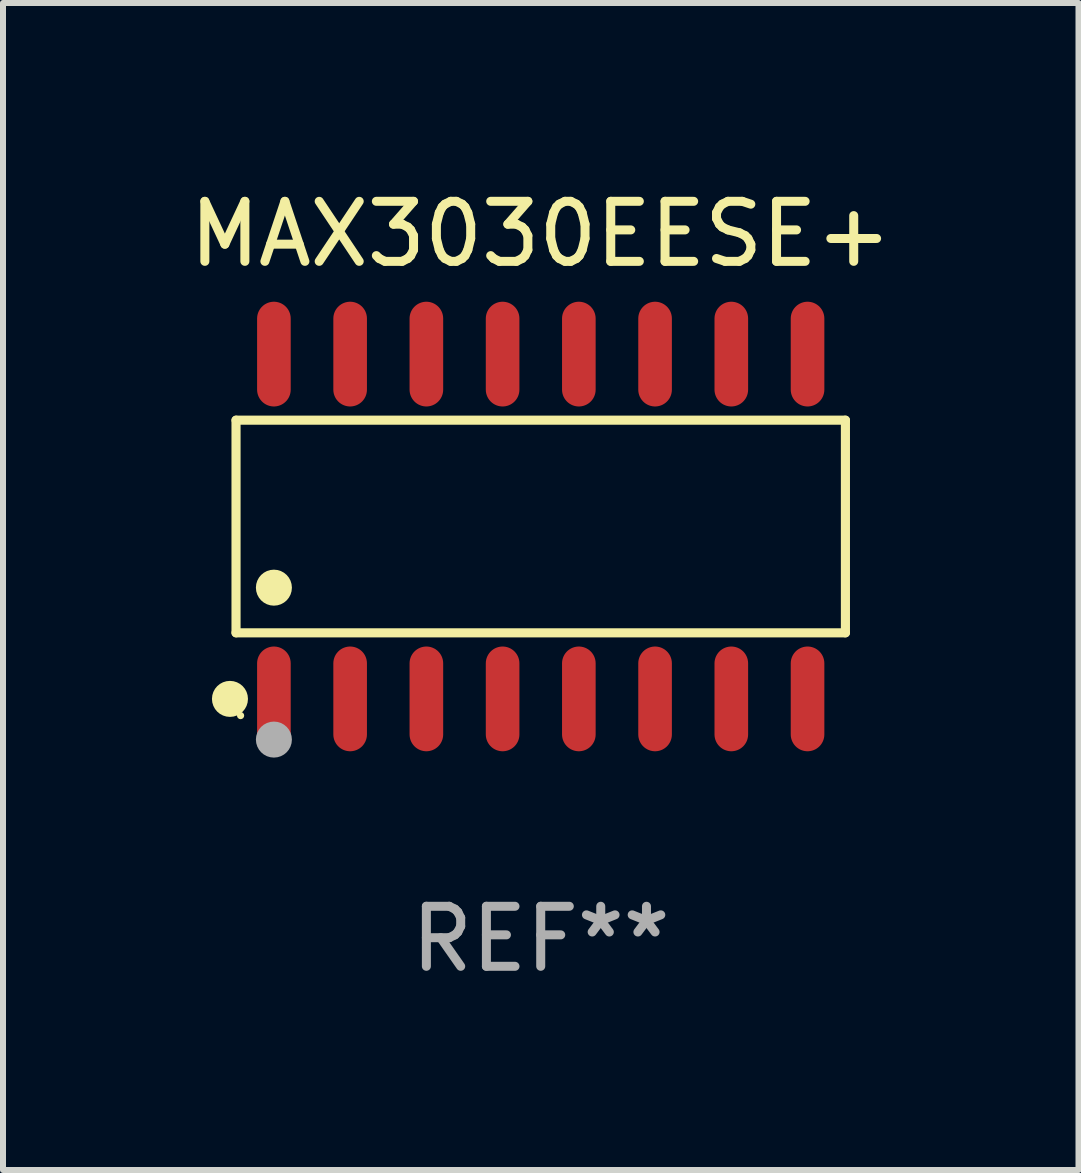
<source format=kicad_pcb>
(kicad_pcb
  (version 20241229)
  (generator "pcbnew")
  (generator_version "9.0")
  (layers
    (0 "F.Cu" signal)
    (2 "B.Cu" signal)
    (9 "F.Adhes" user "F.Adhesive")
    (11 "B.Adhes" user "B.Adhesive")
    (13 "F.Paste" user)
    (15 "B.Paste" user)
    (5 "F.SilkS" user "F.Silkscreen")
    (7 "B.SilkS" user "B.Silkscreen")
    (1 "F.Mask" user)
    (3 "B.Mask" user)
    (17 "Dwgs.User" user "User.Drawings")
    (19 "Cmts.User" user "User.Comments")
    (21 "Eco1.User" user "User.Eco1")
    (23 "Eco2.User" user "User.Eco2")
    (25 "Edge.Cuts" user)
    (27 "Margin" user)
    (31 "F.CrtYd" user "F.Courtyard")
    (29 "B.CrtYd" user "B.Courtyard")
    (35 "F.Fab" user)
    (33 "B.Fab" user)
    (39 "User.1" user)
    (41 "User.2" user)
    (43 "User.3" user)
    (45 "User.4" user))
  (footprint "MAX3030EESE+"
    (layer "F.Cu")
    (at 5.958 5.721)
    (property "Reference" "MAX3030EESE+" (at 0 -4.872 0) (layer "F.SilkS") (effects (font (size 1 1) (thickness 0.15))))
    (attr through_hole)
    (fp_line (start -5.076 -1.771) (end 5.076 -1.771) (stroke (width 0.152) (type solid)) (layer "F.SilkS"))
    (fp_line (start -5.076 1.771) (end -5.076 -1.771) (stroke (width 0.152) (type solid)) (layer "F.SilkS"))
    (fp_line (start 5.076 -1.771) (end 5.076 1.771) (stroke (width 0.152) (type solid)) (layer "F.SilkS"))
    (fp_line (start 5.076 1.771) (end -5.076 1.771) (stroke (width 0.152) (type solid)) (layer "F.SilkS"))
    (fp_circle (center -5.177 2.872) (end -5.027 2.872) (stroke (width 0.3) (type solid)) (fill no) (layer "F.SilkS"))
    (fp_circle (center -5 3.15) (end -4.97 3.15) (stroke (width 0.06) (type solid)) (fill no) (layer "F.SilkS"))
    (fp_circle (center -4.445 1.019) (end -4.295 1.019) (stroke (width 0.3) (type solid)) (fill no) (layer "F.SilkS"))
    (fp_circle (center -4.445 3.55) (end -4.295 3.55) (stroke (width 0.3) (type solid)) (fill no) (layer "F.Fab"))
    (fp_text user "REF**" (at 0 6.872 0) (layer "F.Fab") (effects (font (size 1 1) (thickness 0.15))))
    (pad "1" smd oval (at -4.445 2.872) (size 0.56 1.745) (layers "F.Cu" "F.Mask" "F.Paste"))
    (pad "2" smd oval (at -3.175 2.872) (size 0.56 1.745) (layers "F.Cu" "F.Mask" "F.Paste"))
    (pad "3" smd oval (at -1.905 2.872) (size 0.56 1.745) (layers "F.Cu" "F.Mask" "F.Paste"))
    (pad "4" smd oval (at -0.635 2.872) (size 0.56 1.745) (layers "F.Cu" "F.Mask" "F.Paste"))
    (pad "5" smd oval (at 0.635 2.872) (size 0.56 1.745) (layers "F.Cu" "F.Mask" "F.Paste"))
    (pad "6" smd oval (at 1.905 2.872) (size 0.56 1.745) (layers "F.Cu" "F.Mask" "F.Paste"))
    (pad "7" smd oval (at 3.175 2.872) (size 0.56 1.745) (layers "F.Cu" "F.Mask" "F.Paste"))
    (pad "8" smd oval (at 4.445 2.872) (size 0.56 1.745) (layers "F.Cu" "F.Mask" "F.Paste"))
    (pad "9" smd oval (at 4.445 -2.872) (size 0.56 1.745) (layers "F.Cu" "F.Mask" "F.Paste"))
    (pad "10" smd oval (at 3.175 -2.872) (size 0.56 1.745) (layers "F.Cu" "F.Mask" "F.Paste"))
    (pad "11" smd oval (at 1.905 -2.872) (size 0.56 1.745) (layers "F.Cu" "F.Mask" "F.Paste"))
    (pad "12" smd oval (at 0.635 -2.872) (size 0.56 1.745) (layers "F.Cu" "F.Mask" "F.Paste"))
    (pad "13" smd oval (at -0.635 -2.872) (size 0.56 1.745) (layers "F.Cu" "F.Mask" "F.Paste"))
    (pad "14" smd oval (at -1.905 -2.872) (size 0.56 1.745) (layers "F.Cu" "F.Mask" "F.Paste"))
    (pad "15" smd oval (at -3.175 -2.872) (size 0.56 1.745) (layers "F.Cu" "F.Mask" "F.Paste"))
    (pad "16" smd oval (at -4.445 -2.872) (size 0.56 1.745) (layers "F.Cu" "F.Mask" "F.Paste")))
  (gr_rect
    (start -3 -3)
    (end 14.917 16.441)
    (stroke (width 0.1) (type default))
    (fill no)
    (layer "Edge.Cuts")))
</source>
